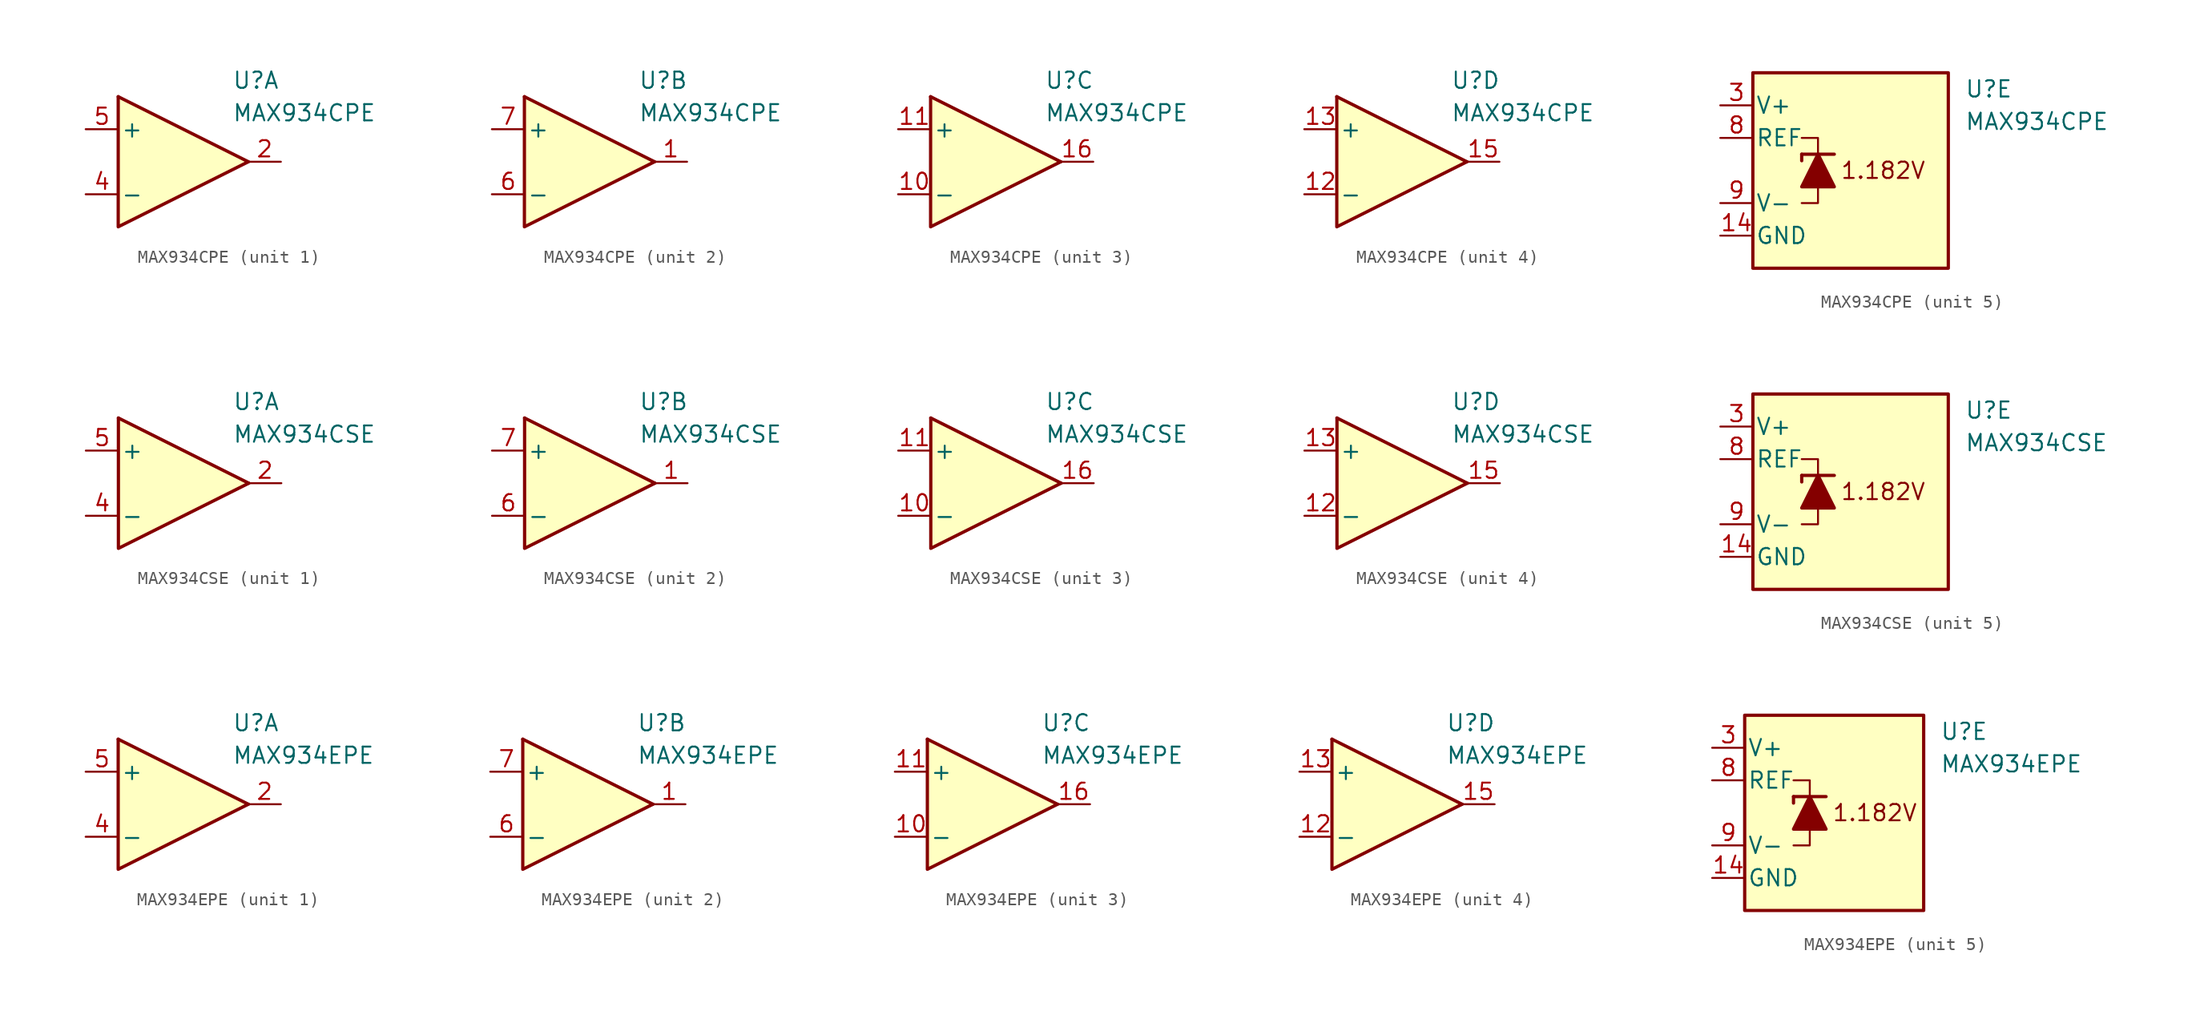
<source format=kicad_sym>
(kicad_symbol_lib
  (version 20211014)
  (generator kicad_symbol_editor)
  (symbol "MAX934CPE"
    (pin_names
      (offset 0.2))
    (property "Reference" "U"
      (at 5.08 6.35 0)
      (effects (font (size 1.27 1.27)) (justify left)))
    (property "Value" "MAX934CPE"
      (at 5.08 3.81 0)
      (effects (font (size 1.27 1.27)) (justify left)))
    (property "ki_locked" ""
      (at 0 0 0)
      (effects (font (size 1.27 1.27))))
    (symbol "MAX934CPE_1_1"
      (polyline (pts (xy -3.81 5.08) (xy 6.35 0)) (stroke (width 0.254) (type default) (color 0 0 0 0)) (fill (type none)))
      (polyline (pts (xy -3.81 5.08) (xy -3.81 -5.08) (xy 6.35 0)) (stroke (width 0.254) (type default) (color 0 0 0 0)) (fill (type background)))
      (pin output line (at 8.89 0 180) (length 2.54) (name "~" (effects (font (size 1.27 1.27)))) (number "2" (effects (font (size 1.27 1.27)))))
      (pin input line (at -6.35 -2.54 0) (length 2.54) (name "-" (effects (font (size 1.27 1.27)))) (number "4" (effects (font (size 1.27 1.27)))))
      (pin input line (at -6.35 2.54 0) (length 2.54) (name "+" (effects (font (size 1.27 1.27)))) (number "5" (effects (font (size 1.27 1.27))))))
    (symbol "MAX934CPE_2_1"
      (polyline (pts (xy -3.81 5.08) (xy 6.35 0)) (stroke (width 0.254) (type default) (color 0 0 0 0)) (fill (type none)))
      (polyline (pts (xy -3.81 5.08) (xy -3.81 -5.08) (xy 6.35 0)) (stroke (width 0.254) (type default) (color 0 0 0 0)) (fill (type background)))
      (pin output line (at 8.89 0 180) (length 2.54) (name "~" (effects (font (size 1.27 1.27)))) (number "1" (effects (font (size 1.27 1.27)))))
      (pin input line (at -6.35 -2.54 0) (length 2.54) (name "-" (effects (font (size 1.27 1.27)))) (number "6" (effects (font (size 1.27 1.27)))))
      (pin input line (at -6.35 2.54 0) (length 2.54) (name "+" (effects (font (size 1.27 1.27)))) (number "7" (effects (font (size 1.27 1.27))))))
    (symbol "MAX934CPE_3_1"
      (polyline (pts (xy -3.81 5.08) (xy 6.35 0)) (stroke (width 0.254) (type default) (color 0 0 0 0)) (fill (type none)))
      (polyline (pts (xy -3.81 5.08) (xy -3.81 -5.08) (xy 6.35 0)) (stroke (width 0.254) (type default) (color 0 0 0 0)) (fill (type background)))
      (pin input line (at -6.35 -2.54 0) (length 2.54) (name "-" (effects (font (size 1.27 1.27)))) (number "10" (effects (font (size 1.27 1.27)))))
      (pin input line (at -6.35 2.54 0) (length 2.54) (name "+" (effects (font (size 1.27 1.27)))) (number "11" (effects (font (size 1.27 1.27)))))
      (pin output line (at 8.89 0 180) (length 2.54) (name "~" (effects (font (size 1.27 1.27)))) (number "16" (effects (font (size 1.27 1.27))))))
    (symbol "MAX934CPE_4_1"
      (polyline (pts (xy -3.81 5.08) (xy 6.35 0)) (stroke (width 0.254) (type default) (color 0 0 0 0)) (fill (type none)))
      (polyline (pts (xy -3.81 5.08) (xy -3.81 -5.08) (xy 6.35 0)) (stroke (width 0.254) (type default) (color 0 0 0 0)) (fill (type background)))
      (pin input line (at -6.35 -2.54 0) (length 2.54) (name "-" (effects (font (size 1.27 1.27)))) (number "12" (effects (font (size 1.27 1.27)))))
      (pin input line (at -6.35 2.54 0) (length 2.54) (name "+" (effects (font (size 1.27 1.27)))) (number "13" (effects (font (size 1.27 1.27)))))
      (pin output line (at 8.89 0 180) (length 2.54) (name "~" (effects (font (size 1.27 1.27)))) (number "15" (effects (font (size 1.27 1.27))))))
    (symbol "MAX934CPE_5_0"
      (text "1.182V" (at -1.27 0 0) (effects (font (size 1.27 1.27)))))
    (symbol "MAX934CPE_5_1"
      (rectangle (start -11.43 7.62) (end 3.81 -7.62) (stroke (width 0.254) (type default) (color 0 0 0 0)) (fill (type background)))
      (polyline (pts (xy -7.62 1.27) (xy -7.62 0.762)) (stroke (width 0.254) (type default) (color 0 0 0 0)) (fill (type none)))
      (polyline (pts (xy -7.62 1.27) (xy -5.08 1.27)) (stroke (width 0.254) (type default) (color 0 0 0 0)) (fill (type none)))
      (polyline (pts (xy -6.35 -1.27) (xy -6.35 -2.54) (xy -7.62 -2.54)) (stroke (width 0) (type default) (color 0 0 0 0)) (fill (type none)))
      (polyline (pts (xy -6.35 1.27) (xy -6.35 2.54) (xy -7.62 2.54)) (stroke (width 0) (type default) (color 0 0 0 0)) (fill (type none)))
      (polyline (pts (xy -5.08 -1.27) (xy -7.62 -1.27) (xy -6.35 1.27) (xy -5.08 -1.27)) (stroke (width 0.254) (type default) (color 0 0 0 0)) (fill (type outline)))
      (pin power_in line (at -13.97 -5.08 0) (length 2.54) (name "GND" (effects (font (size 1.27 1.27)))) (number "14" (effects (font (size 1.27 1.27)))))
      (pin power_in line (at -13.97 5.08 0) (length 2.54) (name "V+" (effects (font (size 1.27 1.27)))) (number "3" (effects (font (size 1.27 1.27)))))
      (pin output line (at -13.97 2.54 0) (length 2.54) (name "REF" (effects (font (size 1.27 1.27)))) (number "8" (effects (font (size 1.27 1.27)))))
      (pin power_in line (at -13.97 -2.54 0) (length 2.54) (name "V-" (effects (font (size 1.27 1.27)))) (number "9" (effects (font (size 1.27 1.27)))))))
  (symbol "MAX934CSE"
    (pin_names
      (offset 0.2))
    (property "Reference" "U"
      (at 5.08 6.35 0)
      (effects (font (size 1.27 1.27)) (justify left)))
    (property "Value" "MAX934CSE"
      (at 5.08 3.81 0)
      (effects (font (size 1.27 1.27)) (justify left)))
    (property "ki_locked" ""
      (at 0 0 0)
      (effects (font (size 1.27 1.27))))
    (symbol "MAX934CSE_1_1"
      (polyline (pts (xy -3.81 5.08) (xy 6.35 0)) (stroke (width 0.254) (type default) (color 0 0 0 0)) (fill (type none)))
      (polyline (pts (xy -3.81 5.08) (xy -3.81 -5.08) (xy 6.35 0)) (stroke (width 0.254) (type default) (color 0 0 0 0)) (fill (type background)))
      (pin output line (at 8.89 0 180) (length 2.54) (name "~" (effects (font (size 1.27 1.27)))) (number "2" (effects (font (size 1.27 1.27)))))
      (pin input line (at -6.35 -2.54 0) (length 2.54) (name "-" (effects (font (size 1.27 1.27)))) (number "4" (effects (font (size 1.27 1.27)))))
      (pin input line (at -6.35 2.54 0) (length 2.54) (name "+" (effects (font (size 1.27 1.27)))) (number "5" (effects (font (size 1.27 1.27))))))
    (symbol "MAX934CSE_2_1"
      (polyline (pts (xy -3.81 5.08) (xy 6.35 0)) (stroke (width 0.254) (type default) (color 0 0 0 0)) (fill (type none)))
      (polyline (pts (xy -3.81 5.08) (xy -3.81 -5.08) (xy 6.35 0)) (stroke (width 0.254) (type default) (color 0 0 0 0)) (fill (type background)))
      (pin output line (at 8.89 0 180) (length 2.54) (name "~" (effects (font (size 1.27 1.27)))) (number "1" (effects (font (size 1.27 1.27)))))
      (pin input line (at -6.35 -2.54 0) (length 2.54) (name "-" (effects (font (size 1.27 1.27)))) (number "6" (effects (font (size 1.27 1.27)))))
      (pin input line (at -6.35 2.54 0) (length 2.54) (name "+" (effects (font (size 1.27 1.27)))) (number "7" (effects (font (size 1.27 1.27))))))
    (symbol "MAX934CSE_3_1"
      (polyline (pts (xy -3.81 5.08) (xy 6.35 0)) (stroke (width 0.254) (type default) (color 0 0 0 0)) (fill (type none)))
      (polyline (pts (xy -3.81 5.08) (xy -3.81 -5.08) (xy 6.35 0)) (stroke (width 0.254) (type default) (color 0 0 0 0)) (fill (type background)))
      (pin input line (at -6.35 -2.54 0) (length 2.54) (name "-" (effects (font (size 1.27 1.27)))) (number "10" (effects (font (size 1.27 1.27)))))
      (pin input line (at -6.35 2.54 0) (length 2.54) (name "+" (effects (font (size 1.27 1.27)))) (number "11" (effects (font (size 1.27 1.27)))))
      (pin output line (at 8.89 0 180) (length 2.54) (name "~" (effects (font (size 1.27 1.27)))) (number "16" (effects (font (size 1.27 1.27))))))
    (symbol "MAX934CSE_4_1"
      (polyline (pts (xy -3.81 5.08) (xy 6.35 0)) (stroke (width 0.254) (type default) (color 0 0 0 0)) (fill (type none)))
      (polyline (pts (xy -3.81 5.08) (xy -3.81 -5.08) (xy 6.35 0)) (stroke (width 0.254) (type default) (color 0 0 0 0)) (fill (type background)))
      (pin input line (at -6.35 -2.54 0) (length 2.54) (name "-" (effects (font (size 1.27 1.27)))) (number "12" (effects (font (size 1.27 1.27)))))
      (pin input line (at -6.35 2.54 0) (length 2.54) (name "+" (effects (font (size 1.27 1.27)))) (number "13" (effects (font (size 1.27 1.27)))))
      (pin output line (at 8.89 0 180) (length 2.54) (name "~" (effects (font (size 1.27 1.27)))) (number "15" (effects (font (size 1.27 1.27))))))
    (symbol "MAX934CSE_5_0"
      (text "1.182V" (at -1.27 0 0) (effects (font (size 1.27 1.27)))))
    (symbol "MAX934CSE_5_1"
      (rectangle (start -11.43 7.62) (end 3.81 -7.62) (stroke (width 0.254) (type default) (color 0 0 0 0)) (fill (type background)))
      (polyline (pts (xy -7.62 1.27) (xy -7.62 0.762)) (stroke (width 0.254) (type default) (color 0 0 0 0)) (fill (type none)))
      (polyline (pts (xy -7.62 1.27) (xy -5.08 1.27)) (stroke (width 0.254) (type default) (color 0 0 0 0)) (fill (type none)))
      (polyline (pts (xy -6.35 -1.27) (xy -6.35 -2.54) (xy -7.62 -2.54)) (stroke (width 0) (type default) (color 0 0 0 0)) (fill (type none)))
      (polyline (pts (xy -6.35 1.27) (xy -6.35 2.54) (xy -7.62 2.54)) (stroke (width 0) (type default) (color 0 0 0 0)) (fill (type none)))
      (polyline (pts (xy -5.08 -1.27) (xy -7.62 -1.27) (xy -6.35 1.27) (xy -5.08 -1.27)) (stroke (width 0.254) (type default) (color 0 0 0 0)) (fill (type outline)))
      (pin power_in line (at -13.97 -5.08 0) (length 2.54) (name "GND" (effects (font (size 1.27 1.27)))) (number "14" (effects (font (size 1.27 1.27)))))
      (pin power_in line (at -13.97 5.08 0) (length 2.54) (name "V+" (effects (font (size 1.27 1.27)))) (number "3" (effects (font (size 1.27 1.27)))))
      (pin output line (at -13.97 2.54 0) (length 2.54) (name "REF" (effects (font (size 1.27 1.27)))) (number "8" (effects (font (size 1.27 1.27)))))
      (pin power_in line (at -13.97 -2.54 0) (length 2.54) (name "V-" (effects (font (size 1.27 1.27)))) (number "9" (effects (font (size 1.27 1.27)))))))
  (symbol "MAX934EPE"
    (pin_names
      (offset 0.2))
    (property "Reference" "U"
      (at 5.08 6.35 0)
      (effects (font (size 1.27 1.27)) (justify left)))
    (property "Value" "MAX934EPE"
      (at 5.08 3.81 0)
      (effects (font (size 1.27 1.27)) (justify left)))
    (property "ki_locked" ""
      (at 0 0 0)
      (effects (font (size 1.27 1.27))))
    (symbol "MAX934EPE_1_1"
      (polyline (pts (xy -3.81 5.08) (xy 6.35 0)) (stroke (width 0.254) (type default) (color 0 0 0 0)) (fill (type none)))
      (polyline (pts (xy -3.81 5.08) (xy -3.81 -5.08) (xy 6.35 0)) (stroke (width 0.254) (type default) (color 0 0 0 0)) (fill (type background)))
      (pin output line (at 8.89 0 180) (length 2.54) (name "~" (effects (font (size 1.27 1.27)))) (number "2" (effects (font (size 1.27 1.27)))))
      (pin input line (at -6.35 -2.54 0) (length 2.54) (name "-" (effects (font (size 1.27 1.27)))) (number "4" (effects (font (size 1.27 1.27)))))
      (pin input line (at -6.35 2.54 0) (length 2.54) (name "+" (effects (font (size 1.27 1.27)))) (number "5" (effects (font (size 1.27 1.27))))))
    (symbol "MAX934EPE_2_1"
      (polyline (pts (xy -3.81 5.08) (xy 6.35 0)) (stroke (width 0.254) (type default) (color 0 0 0 0)) (fill (type none)))
      (polyline (pts (xy -3.81 5.08) (xy -3.81 -5.08) (xy 6.35 0)) (stroke (width 0.254) (type default) (color 0 0 0 0)) (fill (type background)))
      (pin output line (at 8.89 0 180) (length 2.54) (name "~" (effects (font (size 1.27 1.27)))) (number "1" (effects (font (size 1.27 1.27)))))
      (pin input line (at -6.35 -2.54 0) (length 2.54) (name "-" (effects (font (size 1.27 1.27)))) (number "6" (effects (font (size 1.27 1.27)))))
      (pin input line (at -6.35 2.54 0) (length 2.54) (name "+" (effects (font (size 1.27 1.27)))) (number "7" (effects (font (size 1.27 1.27))))))
    (symbol "MAX934EPE_3_1"
      (polyline (pts (xy -3.81 5.08) (xy 6.35 0)) (stroke (width 0.254) (type default) (color 0 0 0 0)) (fill (type none)))
      (polyline (pts (xy -3.81 5.08) (xy -3.81 -5.08) (xy 6.35 0)) (stroke (width 0.254) (type default) (color 0 0 0 0)) (fill (type background)))
      (pin input line (at -6.35 -2.54 0) (length 2.54) (name "-" (effects (font (size 1.27 1.27)))) (number "10" (effects (font (size 1.27 1.27)))))
      (pin input line (at -6.35 2.54 0) (length 2.54) (name "+" (effects (font (size 1.27 1.27)))) (number "11" (effects (font (size 1.27 1.27)))))
      (pin output line (at 8.89 0 180) (length 2.54) (name "~" (effects (font (size 1.27 1.27)))) (number "16" (effects (font (size 1.27 1.27))))))
    (symbol "MAX934EPE_4_1"
      (polyline (pts (xy -3.81 5.08) (xy 6.35 0)) (stroke (width 0.254) (type default) (color 0 0 0 0)) (fill (type none)))
      (polyline (pts (xy -3.81 5.08) (xy -3.81 -5.08) (xy 6.35 0)) (stroke (width 0.254) (type default) (color 0 0 0 0)) (fill (type background)))
      (pin input line (at -6.35 -2.54 0) (length 2.54) (name "-" (effects (font (size 1.27 1.27)))) (number "12" (effects (font (size 1.27 1.27)))))
      (pin input line (at -6.35 2.54 0) (length 2.54) (name "+" (effects (font (size 1.27 1.27)))) (number "13" (effects (font (size 1.27 1.27)))))
      (pin output line (at 8.89 0 180) (length 2.54) (name "~" (effects (font (size 1.27 1.27)))) (number "15" (effects (font (size 1.27 1.27))))))
    (symbol "MAX934EPE_5_0"
      (text "1.182V" (at 0 0 0) (effects (font (size 1.27 1.27)))))
    (symbol "MAX934EPE_5_1"
      (rectangle (start -10.16 7.62) (end 3.81 -7.62) (stroke (width 0.254) (type default) (color 0 0 0 0)) (fill (type background)))
      (polyline (pts (xy -6.35 1.27) (xy -6.35 0.762)) (stroke (width 0.254) (type default) (color 0 0 0 0)) (fill (type none)))
      (polyline (pts (xy -6.35 1.27) (xy -3.81 1.27)) (stroke (width 0.254) (type default) (color 0 0 0 0)) (fill (type none)))
      (polyline (pts (xy -5.08 -1.27) (xy -5.08 -2.54) (xy -6.35 -2.54)) (stroke (width 0) (type default) (color 0 0 0 0)) (fill (type none)))
      (polyline (pts (xy -5.08 1.27) (xy -5.08 2.54) (xy -6.35 2.54)) (stroke (width 0) (type default) (color 0 0 0 0)) (fill (type none)))
      (polyline (pts (xy -3.81 -1.27) (xy -6.35 -1.27) (xy -5.08 1.27) (xy -3.81 -1.27)) (stroke (width 0.254) (type default) (color 0 0 0 0)) (fill (type outline)))
      (pin power_in line (at -12.7 -5.08 0) (length 2.54) (name "GND" (effects (font (size 1.27 1.27)))) (number "14" (effects (font (size 1.27 1.27)))))
      (pin power_in line (at -12.7 5.08 0) (length 2.54) (name "V+" (effects (font (size 1.27 1.27)))) (number "3" (effects (font (size 1.27 1.27)))))
      (pin output line (at -12.7 2.54 0) (length 2.54) (name "REF" (effects (font (size 1.27 1.27)))) (number "8" (effects (font (size 1.27 1.27)))))
      (pin power_in line (at -12.7 -2.54 0) (length 2.54) (name "V-" (effects (font (size 1.27 1.27)))) (number "9" (effects (font (size 1.27 1.27))))))))
</source>
